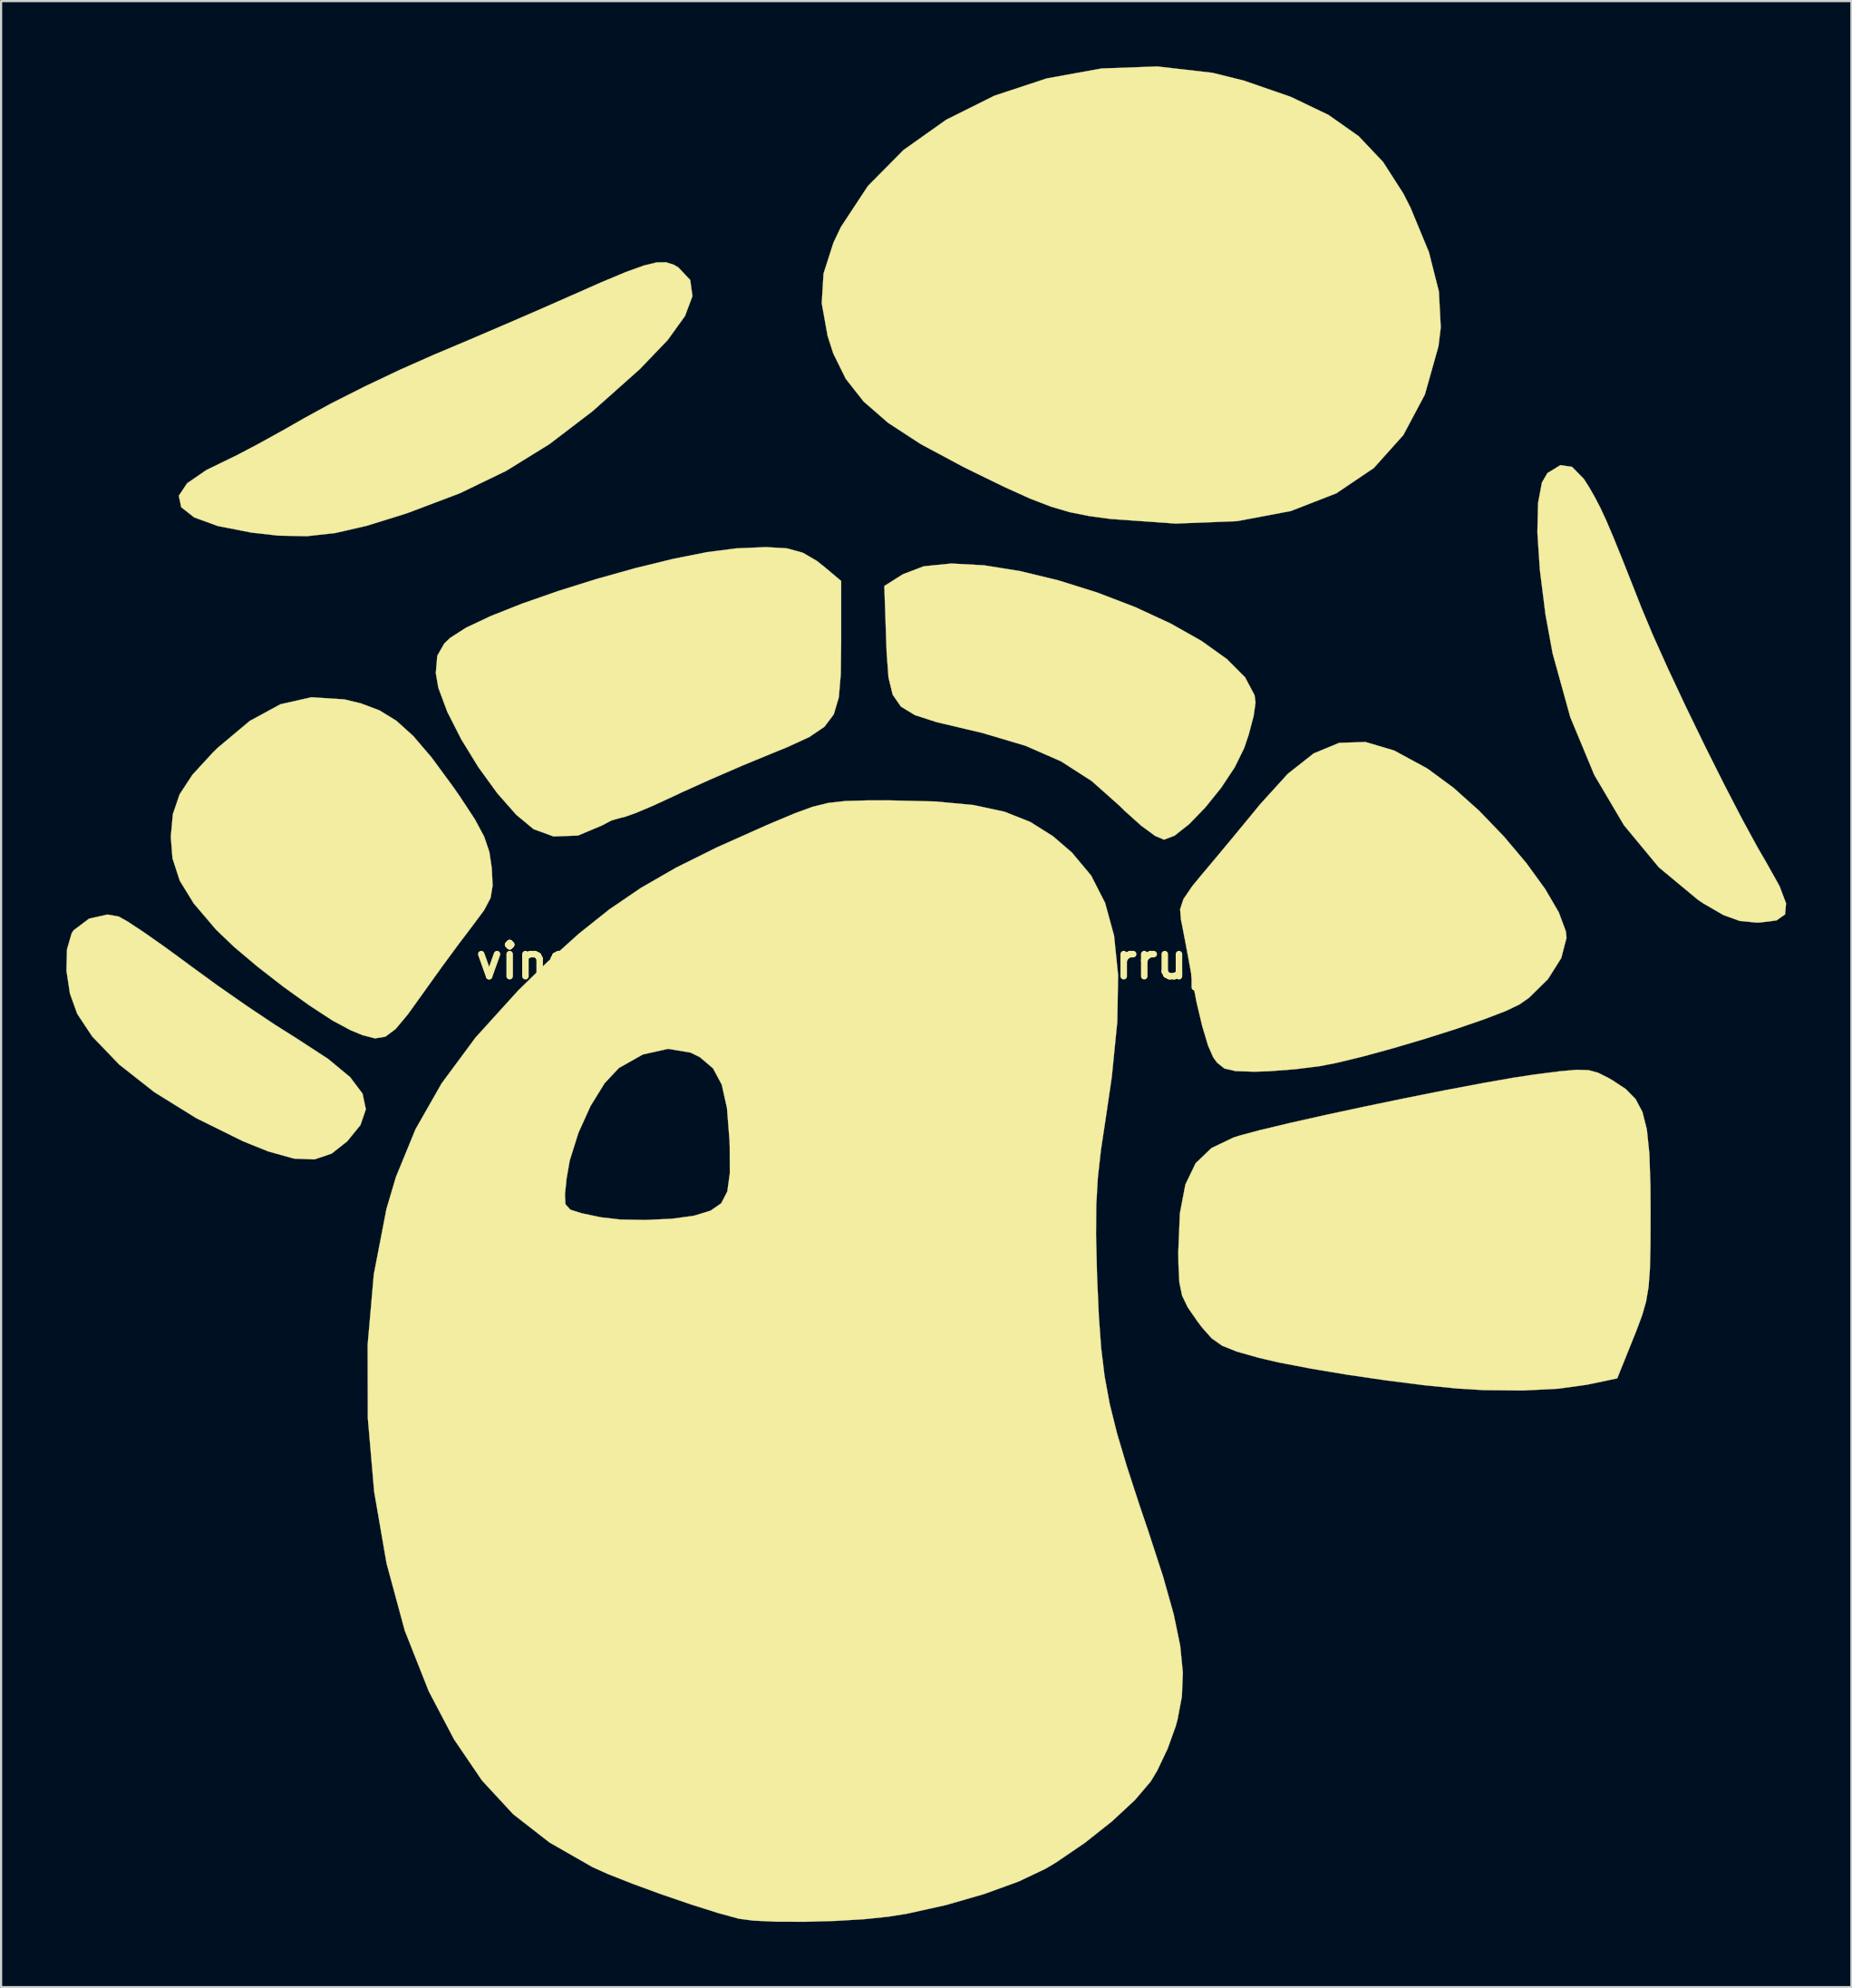
<source format=kicad_pcb>
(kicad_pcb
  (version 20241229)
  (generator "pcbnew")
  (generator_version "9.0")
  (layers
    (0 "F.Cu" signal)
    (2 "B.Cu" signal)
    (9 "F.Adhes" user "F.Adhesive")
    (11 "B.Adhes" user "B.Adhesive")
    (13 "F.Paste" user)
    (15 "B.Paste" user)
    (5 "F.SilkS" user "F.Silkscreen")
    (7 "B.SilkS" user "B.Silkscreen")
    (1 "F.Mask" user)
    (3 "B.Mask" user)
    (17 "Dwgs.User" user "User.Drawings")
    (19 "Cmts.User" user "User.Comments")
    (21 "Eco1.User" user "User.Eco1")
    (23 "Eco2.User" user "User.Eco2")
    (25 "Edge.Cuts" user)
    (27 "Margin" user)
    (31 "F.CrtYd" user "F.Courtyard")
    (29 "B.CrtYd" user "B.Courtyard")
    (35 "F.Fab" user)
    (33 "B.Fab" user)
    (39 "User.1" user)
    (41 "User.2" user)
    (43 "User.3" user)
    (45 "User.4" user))
  (footprint "vineshroom_silkscreen_corrupted"
    (layer "F.Cu")
    (at 37.652 41.139)
    (property "Reference" "vineshroom_silkscreen_corrupted" (at 0 0 0) (layer "F.SilkS") (effects (font (size 1.524 1.524) (thickness 0.3))))
    (attr through_hole)
    (fp_poly (pts (xy -35.242 -2.053) (xy -34.83 -1.822) (xy -34.11 -1.347) (xy -33.18 -0.695) (xy -32.134 0.069) (xy -31.972 0.191) (xy -30.706 1.113) (xy -29.333 2.07) (xy -28.028 2.941) (xy -27.092 3.531) (xy -25.619 4.49) (xy -24.606 5.329) (xy -24.035 6.087) (xy -23.883 6.808) (xy -24.131 7.532) (xy -24.74 8.28) (xy -25.457 8.845) (xy -26.242 9.11) (xy -27.186 9.075) (xy -28.379 8.741) (xy -29.528 8.278) (xy -31.686 7.212) (xy -33.608 6.018) (xy -35.223 4.749) (xy -36.463 3.459) (xy -37.151 2.419) (xy -37.488 1.484) (xy -37.647 0.436) (xy -37.622 -0.548) (xy -37.406 -1.291) (xy -37.314 -1.426) (xy -36.607 -1.957) (xy -35.761 -2.146) (xy -35.242 -2.053)) (stroke (width 0.01) (type solid)) (fill yes) (layer "F.SilkS"))
    (fp_poly (pts (xy 4.528 -18.202) (xy 6.197 -17.935) (xy 7.959 -17.508) (xy 9.746 -16.948) (xy 11.484 -16.28) (xy 13.104 -15.531) (xy 14.534 -14.725) (xy 15.703 -13.889) (xy 16.54 -13.049) (xy 16.973 -12.23) (xy 17.018 -11.895) (xy 16.929 -11.268) (xy 16.7 -10.402) (xy 16.494 -9.795) (xy 16.064 -8.919) (xy 15.439 -7.975) (xy 14.708 -7.068) (xy 13.963 -6.299) (xy 13.293 -5.771) (xy 12.81 -5.588) (xy 12.399 -5.763) (xy 11.76 -6.232) (xy 11.004 -6.91) (xy 10.787 -7.126) (xy 9.49 -8.28) (xy 8.08 -9.187) (xy 6.437 -9.906) (xy 4.444 -10.498) (xy 3.75 -10.661) (xy 2.344 -10.994) (xy 1.359 -11.314) (xy 0.716 -11.705) (xy 0.337 -12.252) (xy 0.145 -13.04) (xy 0.061 -14.153) (xy 0.04 -14.699) (xy -0.047 -17.251) (xy 0.802 -17.788) (xy 1.76 -18.154) (xy 3.026 -18.283) (xy 4.528 -18.202)) (stroke (width 0.01) (type solid)) (fill yes) (layer "F.SilkS"))
    (fp_poly (pts (xy 31.571 -22.725) (xy 32.111 -22.173) (xy 32.364 -21.776) (xy 32.628 -21.312) (xy 32.874 -20.837) (xy 33.138 -20.268) (xy 33.457 -19.519) (xy 33.867 -18.509) (xy 34.404 -17.153) (xy 34.757 -16.256) (xy 35.279 -15.007) (xy 35.978 -13.452) (xy 36.796 -11.709) (xy 37.677 -9.895) (xy 38.562 -8.127) (xy 39.395 -6.521) (xy 40.118 -5.195) (xy 40.474 -4.585) (xy 41.107 -3.455) (xy 41.407 -2.661) (xy 41.363 -2.153) (xy 40.969 -1.877) (xy 40.215 -1.78) (xy 40.025 -1.778) (xy 39.274 -1.853) (xy 38.528 -2.122) (xy 37.615 -2.651) (xy 37.375 -2.809) (xy 35.558 -4.317) (xy 33.956 -6.25) (xy 32.591 -8.564) (xy 31.49 -11.214) (xy 30.675 -14.154) (xy 30.348 -15.938) (xy 30.089 -17.993) (xy 29.975 -19.717) (xy 30.007 -21.068) (xy 30.184 -22.007) (xy 30.436 -22.44) (xy 31.034 -22.807) (xy 31.571 -22.725)) (stroke (width 0.01) (type solid)) (fill yes) (layer "F.SilkS"))
    (fp_poly (pts (xy 15.038 -40.842) (xy 16.473 -40.486) (xy 18.636 -39.738) (xy 20.371 -38.907) (xy 21.759 -37.929) (xy 22.88 -36.745) (xy 23.813 -35.292) (xy 24.143 -34.642) (xy 24.988 -32.6) (xy 25.446 -30.79) (xy 25.533 -29.138) (xy 25.427 -28.269) (xy 24.804 -26.053) (xy 23.813 -24.188) (xy 22.455 -22.673) (xy 20.73 -21.509) (xy 18.637 -20.695) (xy 16.176 -20.232) (xy 13.348 -20.119) (xy 10.356 -20.332) (xy 9.361 -20.466) (xy 8.486 -20.641) (xy 7.623 -20.894) (xy 6.665 -21.262) (xy 5.505 -21.786) (xy 4.035 -22.501) (xy 3.556 -22.739) (xy 1.626 -23.773) (xy 0.129 -24.749) (xy -0.999 -25.729) (xy -1.819 -26.772) (xy -2.395 -27.939) (xy -2.656 -28.751) (xy -2.924 -30.244) (xy -2.843 -31.611) (xy -2.389 -33.027) (xy -2.045 -33.753) (xy -0.801 -35.641) (xy 0.836 -37.294) (xy 2.797 -38.685) (xy 5.013 -39.79) (xy 7.414 -40.583) (xy 9.931 -41.04) (xy 12.495 -41.134) (xy 15.038 -40.842)) (stroke (width 0.01) (type solid)) (fill yes) (layer "F.SilkS"))
    (fp_poly (pts (xy -9.731 -32.02) (xy -9.515 -31.894) (xy -8.971 -31.317) (xy -8.868 -30.576) (xy -9.211 -29.661) (xy -10.006 -28.557) (xy -11.256 -27.253) (xy -11.351 -27.163) (xy -13.457 -25.288) (xy -15.44 -23.774) (xy -17.431 -22.543) (xy -19.559 -21.514) (xy -21.952 -20.609) (xy -22.098 -20.56) (xy -23.842 -20.018) (xy -25.287 -19.685) (xy -26.59 -19.54) (xy -27.905 -19.565) (xy -29.145 -19.705) (xy -30.697 -20.009) (xy -31.775 -20.403) (xy -32.371 -20.871) (xy -32.481 -21.4) (xy -32.099 -21.974) (xy -31.217 -22.58) (xy -30.485 -22.937) (xy -29.793 -23.273) (xy -28.807 -23.793) (xy -27.671 -24.42) (xy -26.744 -24.95) (xy -25.491 -25.636) (xy -23.952 -26.414) (xy -22.315 -27.191) (xy -20.768 -27.876) (xy -20.648 -27.927) (xy -19.129 -28.568) (xy -17.51 -29.262) (xy -15.973 -29.927) (xy -14.701 -30.487) (xy -14.587 -30.537) (xy -13.066 -31.209) (xy -11.929 -31.685) (xy -11.102 -31.983) (xy -10.51 -32.126) (xy -10.078 -32.131) (xy -9.731 -32.02)) (stroke (width 0.01) (type solid)) (fill yes) (layer "F.SilkS"))
    (fp_poly (pts (xy -24.871 -12.037) (xy -24.104 -11.851) (xy -23.257 -11.532) (xy -22.482 -11.056) (xy -21.705 -10.355) (xy -20.856 -9.361) (xy -19.86 -8.005) (xy -19.553 -7.563) (xy -18.869 -6.521) (xy -18.441 -5.723) (xy -18.204 -5.021) (xy -18.093 -4.267) (xy -18.092 -4.254) (xy -18.056 -3.474) (xy -18.151 -2.905) (xy -18.445 -2.347) (xy -18.967 -1.644) (xy -19.608 -0.799) (xy -20.381 0.251) (xy -21.129 1.295) (xy -21.201 1.397) (xy -21.952 2.443) (xy -22.515 3.117) (xy -22.986 3.469) (xy -23.459 3.547) (xy -24.029 3.402) (xy -24.591 3.17) (xy -25.412 2.728) (xy -26.481 2.031) (xy -27.674 1.174) (xy -28.866 0.248) (xy -29.935 -0.653) (xy -30.755 -1.437) (xy -30.777 -1.46) (xy -31.795 -2.656) (xy -32.44 -3.705) (xy -32.772 -4.729) (xy -32.85 -5.722) (xy -32.754 -6.764) (xy -32.444 -7.673) (xy -31.853 -8.575) (xy -30.912 -9.598) (xy -30.69 -9.815) (xy -29.22 -11.047) (xy -27.81 -11.813) (xy -26.385 -12.135) (xy -24.871 -12.037)) (stroke (width 0.01) (type solid)) (fill yes) (layer "F.SilkS"))
    (fp_poly (pts (xy -4.528 -18.981) (xy -3.795 -18.78) (xy -3.153 -18.406) (xy -2.814 -18.138) (xy -2.032 -17.481) (xy -2.032 -14.697) (xy -2.049 -13.208) (xy -2.14 -12.127) (xy -2.371 -11.349) (xy -2.803 -10.776) (xy -3.5 -10.304) (xy -4.526 -9.834) (xy -5.248 -9.54) (xy -6.585 -8.988) (xy -8.022 -8.366) (xy -9.322 -7.78) (xy -9.766 -7.571) (xy -10.712 -7.135) (xy -11.507 -6.801) (xy -12.024 -6.621) (xy -12.124 -6.604) (xy -12.586 -6.474) (xy -13.026 -6.242) (xy -14.131 -5.777) (xy -15.256 -5.736) (xy -16.172 -6.071) (xy -16.971 -6.734) (xy -17.842 -7.723) (xy -18.71 -8.92) (xy -19.5 -10.207) (xy -20.139 -11.464) (xy -20.551 -12.572) (xy -20.667 -13.249) (xy -20.599 -14.044) (xy -20.276 -14.609) (xy -20.012 -14.861) (xy -19.283 -15.33) (xy -18.15 -15.865) (xy -16.709 -16.437) (xy -15.053 -17.016) (xy -13.279 -17.572) (xy -11.481 -18.075) (xy -9.754 -18.497) (xy -8.193 -18.807) (xy -6.893 -18.975) (xy -6.811 -18.981) (xy -5.488 -19.038) (xy -4.528 -18.981)) (stroke (width 0.01) (type solid)) (fill yes) (layer "F.SilkS"))
    (fp_poly (pts (xy 23.388 -9.688) (xy 24.876 -8.881) (xy 24.979 -8.814) (xy 26.124 -7.969) (xy 27.299 -6.916) (xy 28.436 -5.735) (xy 29.47 -4.509) (xy 30.334 -3.318) (xy 30.961 -2.245) (xy 31.285 -1.37) (xy 31.314 -1.073) (xy 31.073 -0.146) (xy 30.463 0.821) (xy 29.59 1.681) (xy 29.152 1.987) (xy 28.525 2.287) (xy 27.519 2.673) (xy 26.244 3.111) (xy 24.815 3.565) (xy 23.345 4) (xy 21.946 4.383) (xy 20.731 4.676) (xy 20.001 4.819) (xy 18.843 4.965) (xy 17.607 5.059) (xy 16.96 5.078) (xy 16.102 5.052) (xy 15.586 4.932) (xy 15.247 4.66) (xy 15.07 4.415) (xy 14.835 3.877) (xy 14.568 2.987) (xy 14.309 1.896) (xy 14.194 1.304) (xy 13.984 0.155) (xy 13.79 -0.886) (xy 13.64 -1.663) (xy 13.591 -1.905) (xy 13.551 -2.387) (xy 13.702 -2.855) (xy 14.109 -3.452) (xy 14.525 -3.957) (xy 15.195 -4.754) (xy 16.039 -5.77) (xy 16.911 -6.827) (xy 17.218 -7.203) (xy 18.5 -8.615) (xy 19.693 -9.555) (xy 20.862 -10.039) (xy 22.072 -10.078) (xy 23.388 -9.688)) (stroke (width 0.01) (type solid)) (fill yes) (layer "F.SilkS"))
    (fp_poly (pts (xy 32.331 5.008) (xy 32.761 5.124) (xy 33.207 5.347) (xy 33.43 5.474) (xy 34.038 5.876) (xy 34.488 6.334) (xy 34.804 6.928) (xy 35.008 7.738) (xy 35.123 8.842) (xy 35.172 10.321) (xy 35.179 11.557) (xy 35.174 13.048) (xy 35.148 14.149) (xy 35.086 14.976) (xy 34.972 15.647) (xy 34.791 16.279) (xy 34.525 16.989) (xy 34.412 17.272) (xy 33.646 19.177) (xy 32.253 19.47) (xy 30.946 19.651) (xy 29.307 19.735) (xy 27.508 19.717) (xy 26.289 19.644) (xy 24.764 19.491) (xy 23.035 19.272) (xy 21.249 19.011) (xy 19.555 18.728) (xy 18.098 18.448) (xy 17.186 18.237) (xy 16.164 17.948) (xy 15.485 17.678) (xy 14.999 17.335) (xy 14.553 16.831) (xy 14.335 16.54) (xy 13.9 15.91) (xy 13.643 15.376) (xy 13.516 14.763) (xy 13.473 13.901) (xy 13.468 13.333) (xy 13.54 11.589) (xy 13.793 10.264) (xy 14.264 9.287) (xy 14.988 8.591) (xy 16.002 8.106) (xy 16.283 8.016) (xy 17.243 7.759) (xy 18.595 7.436) (xy 20.229 7.069) (xy 22.039 6.68) (xy 23.915 6.292) (xy 25.748 5.927) (xy 27.431 5.609) (xy 28.855 5.358) (xy 29.842 5.208) (xy 31.002 5.06) (xy 31.788 4.99) (xy 32.331 5.008)) (stroke (width 0.01) (type solid)) (fill yes) (layer "F.SilkS"))
    (fp_poly (pts (xy 2.31 -7.344) (xy 4.052 -7.179) (xy 5.474 -6.874) (xy 6.664 -6.403) (xy 7.712 -5.743) (xy 8.575 -4.997) (xy 9.459 -3.941) (xy 10.103 -2.68) (xy 10.515 -1.17) (xy 10.699 0.637) (xy 10.662 2.787) (xy 10.409 5.324) (xy 10.132 7.207) (xy 9.91 8.679) (xy 9.768 9.951) (xy 9.696 11.192) (xy 9.685 12.571) (xy 9.726 14.257) (xy 9.738 14.605) (xy 9.814 16.323) (xy 9.92 17.778) (xy 10.079 19.082) (xy 10.313 20.349) (xy 10.647 21.694) (xy 11.103 23.228) (xy 11.703 25.067) (xy 12.074 26.16) (xy 12.765 28.278) (xy 13.255 30.018) (xy 13.554 31.464) (xy 13.676 32.698) (xy 13.632 33.803) (xy 13.432 34.863) (xy 13.346 35.177) (xy 12.975 36.206) (xy 12.495 37.216) (xy 12.2 37.707) (xy 11.472 38.563) (xy 10.42 39.54) (xy 9.174 40.528) (xy 7.864 41.421) (xy 7.366 41.719) (xy 6.127 42.307) (xy 4.547 42.881) (xy 2.79 43.389) (xy 1.023 43.781) (xy 0.162 43.921) (xy -0.972 44.04) (xy -2.304 44.119) (xy -3.691 44.158) (xy -4.992 44.155) (xy -6.063 44.106) (xy -6.731 44.019) (xy -7.69 43.756) (xy -8.929 43.364) (xy -10.292 42.898) (xy -11.619 42.412) (xy -12.754 41.964) (xy -13.462 41.646) (xy -15.443 40.512) (xy -17.11 39.213) (xy -18.545 37.662) (xy -19.828 35.774) (xy -20.99 33.564) (xy -22.092 30.778) (xy -22.931 27.683) (xy -23.5 24.389) (xy -23.792 21.003) (xy -23.8 17.635) (xy -23.517 14.395) (xy -22.936 11.39) (xy -22.74 10.728) (xy -14.731 10.728) (xy -14.707 11.172) (xy -14.482 11.422) (xy -13.959 11.587) (xy -13.081 11.772) (xy -12.182 11.875) (xy -11.02 11.896) (xy -9.832 11.84) (xy -8.855 11.71) (xy -8.77 11.692) (xy -8.032 11.465) (xy -7.546 11.128) (xy -7.266 10.587) (xy -7.15 9.749) (xy -7.154 8.519) (xy -7.165 8.228) (xy -7.282 6.745) (xy -7.521 5.675) (xy -7.921 4.928) (xy -8.52 4.416) (xy -8.949 4.202) (xy -9.992 4.028) (xy -11.151 4.288) (xy -12.246 4.906) (xy -12.904 5.605) (xy -13.55 6.651) (xy -14.11 7.888) (xy -14.51 9.161) (xy -14.653 9.977) (xy -14.731 10.728) (xy -22.74 10.728) (xy -22.5 9.918) (xy -21.601 7.725) (xy -20.397 5.612) (xy -18.84 3.508) (xy -16.88 1.346) (xy -15.541 0.039) (xy -14.086 -1.27) (xy -12.685 -2.386) (xy -11.231 -3.376) (xy -9.618 -4.304) (xy -7.74 -5.237) (xy -5.491 -6.241) (xy -5.256 -6.342) (xy -4.172 -6.797) (xy -3.349 -7.098) (xy -2.627 -7.277) (xy -1.841 -7.364) (xy -0.83 -7.393) (xy 0.158 -7.395) (xy 2.31 -7.344)) (stroke (width 0.01) (type solid)) (fill yes) (layer "F.SilkS")))
  (gr_rect
    (start -3 -3)
    (end 82.064 88.303)
    (stroke (width 0.1) (type default))
    (fill no)
    (layer "Edge.Cuts")))
</source>
